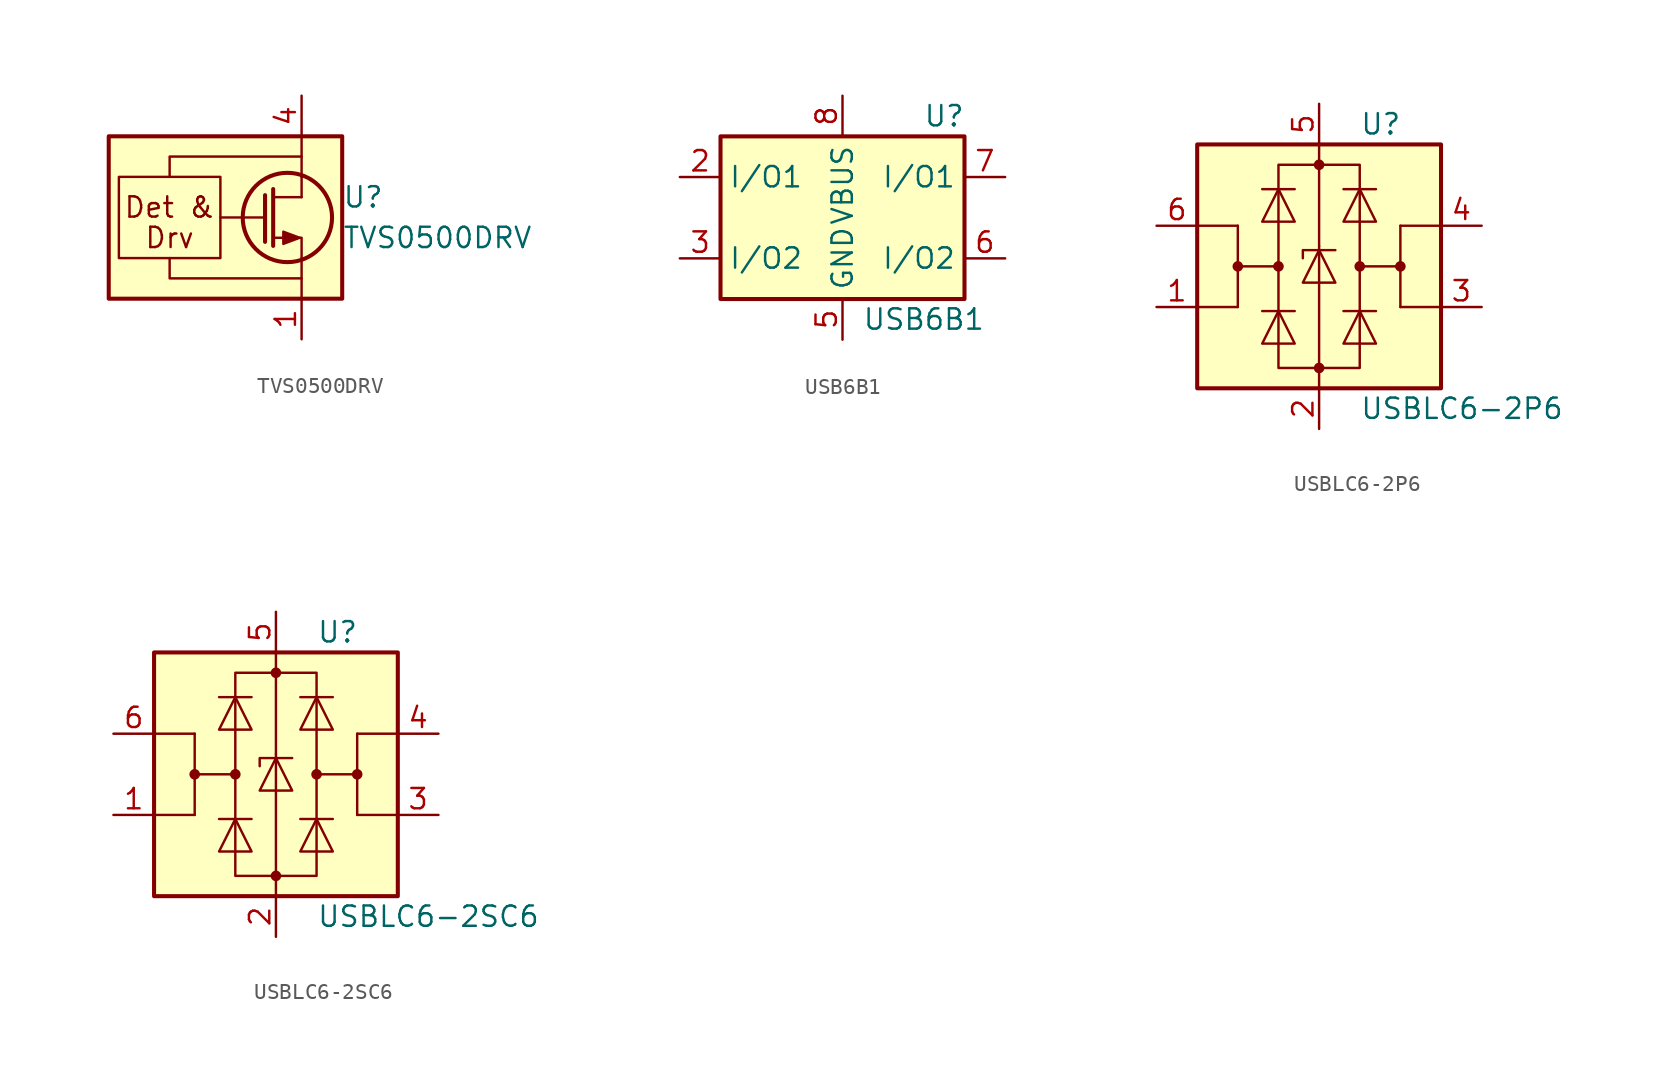
<source format=kicad_sym>
(kicad_symbol_lib
  (version 20201005)
  (generator kicad_symbol_editor)
  (symbol "Power_Protection:TVS0500DRV"
    (pin_names
      (offset 0) hide)
    (property "Reference" "U"
      (at 2.54 1.27 0)
      (effects (font (size 1.27 1.27)) (justify left)))
    (property "Value" "TVS0500DRV"
      (at 2.54 -1.27 0)
      (effects (font (size 1.27 1.27)) (justify left)))
    (symbol "TVS0500DRV_0_0"
      (text "Det &" (at -8.255 0.635 0) (effects (font (size 1.27 1.27))))
      (text "Drv" (at -8.255 -1.27 0) (effects (font (size 1.27 1.27))))
      (rectangle (start -11.43 2.54) (end -5.08 -2.54) (stroke (width 0)) (fill (type none)))
      (polyline (pts (xy 0 1.27) (xy -1.778 1.27)) (stroke (width 0)) (fill (type none)))
      (polyline (pts (xy -8.255 -2.54) (xy -8.255 -3.81) (xy 0 -3.81)) (stroke (width 0)) (fill (type none)))
      (polyline (pts (xy -8.255 2.54) (xy -8.255 3.81) (xy 0 3.81)) (stroke (width 0)) (fill (type none))))
    (symbol "TVS0500DRV_0_1"
      (circle (center -0.889 0) (radius 2.794) (stroke (width 0.254)) (fill (type none)))
      (rectangle (start -12.065 5.08) (end 2.54 -5.08) (stroke (width 0.254)) (fill (type background)))
      (polyline (pts (xy -2.286 0) (xy -5.08 0)) (stroke (width 0)) (fill (type none)))
      (polyline (pts (xy -2.286 1.397) (xy -2.286 -1.524)) (stroke (width 0.254)) (fill (type none)))
      (polyline (pts (xy -1.778 1.778) (xy -1.778 -1.778)) (stroke (width 0.254)) (fill (type none)))
      (polyline (pts (xy 0 -2.54) (xy 0 -5.08)) (stroke (width 0)) (fill (type none)))
      (polyline (pts (xy 0 2.54) (xy 0 1.27)) (stroke (width 0)) (fill (type none)))
      (polyline (pts (xy 0 5.08) (xy 0 2.54)) (stroke (width 0)) (fill (type none)))
      (polyline (pts (xy 0 -2.54) (xy 0 -1.27) (xy -1.778 -1.27)) (stroke (width 0)) (fill (type none)))
      (polyline (pts (xy -0.127 -1.27) (xy -1.143 -1.651) (xy -1.143 -0.889) (xy -0.127 -1.27)) (stroke (width 0)) (fill (type outline))))
    (symbol "TVS0500DRV_1_1"
      (pin power_in line (at 0 -7.62 90) (length 2.54) (name "GND" (effects (font (size 1.27 1.27)))) (number "1" (effects (font (size 1.27 1.27)))))
      (pin power_in line (at 0 -7.62 90) (length 2.54) hide (name "GND" (effects (font (size 1.27 1.27)))) (number "2" (effects (font (size 1.27 1.27)))))
      (pin power_in line (at 0 -7.62 90) (length 2.54) hide (name "GND" (effects (font (size 1.27 1.27)))) (number "3" (effects (font (size 1.27 1.27)))))
      (pin passive line (at 0 7.62 270) (length 2.54) (name "IN" (effects (font (size 1.27 1.27)))) (number "4" (effects (font (size 1.27 1.27)))))
      (pin passive line (at 0 7.62 270) (length 2.54) hide (name "IN" (effects (font (size 1.27 1.27)))) (number "5" (effects (font (size 1.27 1.27)))))
      (pin passive line (at 0 7.62 270) (length 2.54) hide (name "IN" (effects (font (size 1.27 1.27)))) (number "6" (effects (font (size 1.27 1.27)))))
      (pin power_in line (at 0 -7.62 90) (length 2.54) hide (name "GND" (effects (font (size 1.27 1.27)))) (number "7" (effects (font (size 1.27 1.27)))))))
  (symbol "Power_Protection:USB6B1"
    (property "Reference" "U"
      (at 6.35 6.35 0)
      (effects (font (size 1.27 1.27))))
    (property "Value" "USB6B1"
      (at 5.08 -6.35 0)
      (effects (font (size 1.27 1.27))))
    (symbol "USB6B1_0_1"
      (rectangle (start -7.62 -5.08) (end 7.62 5.08) (stroke (width 0.254)) (fill (type background))))
    (symbol "USB6B1_1_1"
      (pin passive line (at 0 7.62 270) (length 2.54) hide (name "VBUS" (effects (font (size 1.27 1.27)))) (number "1" (effects (font (size 1.27 1.27)))))
      (pin passive line (at -10.16 2.54 0) (length 2.54) (name "I/O1" (effects (font (size 1.27 1.27)))) (number "2" (effects (font (size 1.27 1.27)))))
      (pin passive line (at -10.16 -2.54 0) (length 2.54) (name "I/O2" (effects (font (size 1.27 1.27)))) (number "3" (effects (font (size 1.27 1.27)))))
      (pin passive line (at 0 -7.62 90) (length 2.54) hide (name "GND" (effects (font (size 1.27 1.27)))) (number "4" (effects (font (size 1.27 1.27)))))
      (pin passive line (at 0 -7.62 90) (length 2.54) (name "GND" (effects (font (size 1.27 1.27)))) (number "5" (effects (font (size 1.27 1.27)))))
      (pin passive line (at 10.16 -2.54 180) (length 2.54) (name "I/O2" (effects (font (size 1.27 1.27)))) (number "6" (effects (font (size 1.27 1.27)))))
      (pin passive line (at 10.16 2.54 180) (length 2.54) (name "I/O1" (effects (font (size 1.27 1.27)))) (number "7" (effects (font (size 1.27 1.27)))))
      (pin passive line (at 0 7.62 270) (length 2.54) (name "VBUS" (effects (font (size 1.27 1.27)))) (number "8" (effects (font (size 1.27 1.27)))))))
  (symbol "Power_Protection:USBLC6-2P6"
    (pin_names hide)
    (property "Reference" "U"
      (at 2.54 8.89 0)
      (effects (font (size 1.27 1.27)) (justify left)))
    (property "Value" "USBLC6-2P6"
      (at 2.54 -8.89 0)
      (effects (font (size 1.27 1.27)) (justify left)))
    (symbol "USBLC6-2P6_0_1"
      (circle (center -5.08 0) (radius 0.254) (stroke (width 0)) (fill (type outline)))
      (circle (center -2.54 0) (radius 0.254) (stroke (width 0)) (fill (type outline)))
      (circle (center 0 -6.35) (radius 0.254) (stroke (width 0)) (fill (type outline)))
      (circle (center 0 6.35) (radius 0.254) (stroke (width 0)) (fill (type outline)))
      (circle (center 2.54 0) (radius 0.254) (stroke (width 0)) (fill (type outline)))
      (circle (center 5.08 0) (radius 0.254) (stroke (width 0)) (fill (type outline)))
      (rectangle (start -7.62 -7.62) (end 7.62 7.62) (stroke (width 0.254)) (fill (type background)))
      (rectangle (start -2.54 6.35) (end 2.54 -6.35) (stroke (width 0)) (fill (type none)))
      (polyline (pts (xy -5.08 -2.54) (xy -7.62 -2.54)) (stroke (width 0)) (fill (type none)))
      (polyline (pts (xy -5.08 0) (xy -5.08 -2.54)) (stroke (width 0)) (fill (type none)))
      (polyline (pts (xy -5.08 2.54) (xy -7.62 2.54)) (stroke (width 0)) (fill (type none)))
      (polyline (pts (xy -1.524 -2.794) (xy -3.556 -2.794)) (stroke (width 0)) (fill (type none)))
      (polyline (pts (xy -1.524 4.826) (xy -3.556 4.826)) (stroke (width 0)) (fill (type none)))
      (polyline (pts (xy 0 -7.62) (xy 0 -6.35)) (stroke (width 0)) (fill (type none)))
      (polyline (pts (xy 0 -6.35) (xy 0 1.27)) (stroke (width 0)) (fill (type none)))
      (polyline (pts (xy 0 1.27) (xy 0 6.35)) (stroke (width 0)) (fill (type none)))
      (polyline (pts (xy 0 6.35) (xy 0 7.62)) (stroke (width 0)) (fill (type none)))
      (polyline (pts (xy 1.524 -2.794) (xy 3.556 -2.794)) (stroke (width 0)) (fill (type none)))
      (polyline (pts (xy 1.524 4.826) (xy 3.556 4.826)) (stroke (width 0)) (fill (type none)))
      (polyline (pts (xy 5.08 -2.54) (xy 7.62 -2.54)) (stroke (width 0)) (fill (type none)))
      (polyline (pts (xy 5.08 0) (xy 5.08 -2.54)) (stroke (width 0)) (fill (type none)))
      (polyline (pts (xy 5.08 2.54) (xy 7.62 2.54)) (stroke (width 0)) (fill (type none)))
      (polyline (pts (xy -2.54 0) (xy -5.08 0) (xy -5.08 2.54)) (stroke (width 0)) (fill (type none)))
      (polyline (pts (xy 2.54 0) (xy 5.08 0) (xy 5.08 2.54)) (stroke (width 0)) (fill (type none)))
      (polyline (pts (xy -3.556 -4.826) (xy -1.524 -4.826) (xy -2.54 -2.794) (xy -3.556 -4.826)) (stroke (width 0)) (fill (type none)))
      (polyline (pts (xy -3.556 2.794) (xy -1.524 2.794) (xy -2.54 4.826) (xy -3.556 2.794)) (stroke (width 0)) (fill (type none)))
      (polyline (pts (xy -1.016 -1.016) (xy 1.016 -1.016) (xy 0 1.016) (xy -1.016 -1.016)) (stroke (width 0)) (fill (type none)))
      (polyline (pts (xy 1.016 1.016) (xy 0.762 1.016) (xy -1.016 1.016) (xy -1.016 0.508)) (stroke (width 0)) (fill (type none)))
      (polyline (pts (xy 3.556 -4.826) (xy 1.524 -4.826) (xy 2.54 -2.794) (xy 3.556 -4.826)) (stroke (width 0)) (fill (type none)))
      (polyline (pts (xy 3.556 2.794) (xy 1.524 2.794) (xy 2.54 4.826) (xy 3.556 2.794)) (stroke (width 0)) (fill (type none))))
    (symbol "USBLC6-2P6_1_1"
      (pin passive line (at -10.16 -2.54 0) (length 2.54) (name "I/O1" (effects (font (size 1.27 1.27)))) (number "1" (effects (font (size 1.27 1.27)))))
      (pin passive line (at 0 -10.16 90) (length 2.54) (name "GND" (effects (font (size 1.27 1.27)))) (number "2" (effects (font (size 1.27 1.27)))))
      (pin passive line (at 10.16 -2.54 180) (length 2.54) (name "I/O2" (effects (font (size 1.27 1.27)))) (number "3" (effects (font (size 1.27 1.27)))))
      (pin passive line (at 10.16 2.54 180) (length 2.54) (name "I/O2" (effects (font (size 1.27 1.27)))) (number "4" (effects (font (size 1.27 1.27)))))
      (pin passive line (at 0 10.16 270) (length 2.54) (name "VBUS" (effects (font (size 1.27 1.27)))) (number "5" (effects (font (size 1.27 1.27)))))
      (pin passive line (at -10.16 2.54 0) (length 2.54) (name "I/O1" (effects (font (size 1.27 1.27)))) (number "6" (effects (font (size 1.27 1.27)))))))
  (symbol "Power_Protection:USBLC6-2SC6"
    (pin_names hide)
    (property "Reference" "U"
      (at 2.54 8.89 0)
      (effects (font (size 1.27 1.27)) (justify left)))
    (property "Value" "USBLC6-2SC6"
      (at 2.54 -8.89 0)
      (effects (font (size 1.27 1.27)) (justify left)))
    (symbol "USBLC6-2SC6_0_1"
      (circle (center -5.08 0) (radius 0.254) (stroke (width 0)) (fill (type outline)))
      (circle (center -2.54 0) (radius 0.254) (stroke (width 0)) (fill (type outline)))
      (circle (center 0 -6.35) (radius 0.254) (stroke (width 0)) (fill (type outline)))
      (circle (center 0 6.35) (radius 0.254) (stroke (width 0)) (fill (type outline)))
      (circle (center 2.54 0) (radius 0.254) (stroke (width 0)) (fill (type outline)))
      (circle (center 5.08 0) (radius 0.254) (stroke (width 0)) (fill (type outline)))
      (rectangle (start -7.62 -7.62) (end 7.62 7.62) (stroke (width 0.254)) (fill (type background)))
      (rectangle (start -2.54 6.35) (end 2.54 -6.35) (stroke (width 0)) (fill (type none)))
      (polyline (pts (xy -5.08 -2.54) (xy -7.62 -2.54)) (stroke (width 0)) (fill (type none)))
      (polyline (pts (xy -5.08 0) (xy -5.08 -2.54)) (stroke (width 0)) (fill (type none)))
      (polyline (pts (xy -5.08 2.54) (xy -7.62 2.54)) (stroke (width 0)) (fill (type none)))
      (polyline (pts (xy -1.524 -2.794) (xy -3.556 -2.794)) (stroke (width 0)) (fill (type none)))
      (polyline (pts (xy -1.524 4.826) (xy -3.556 4.826)) (stroke (width 0)) (fill (type none)))
      (polyline (pts (xy 0 -7.62) (xy 0 -6.35)) (stroke (width 0)) (fill (type none)))
      (polyline (pts (xy 0 -6.35) (xy 0 1.27)) (stroke (width 0)) (fill (type none)))
      (polyline (pts (xy 0 1.27) (xy 0 6.35)) (stroke (width 0)) (fill (type none)))
      (polyline (pts (xy 0 6.35) (xy 0 7.62)) (stroke (width 0)) (fill (type none)))
      (polyline (pts (xy 1.524 -2.794) (xy 3.556 -2.794)) (stroke (width 0)) (fill (type none)))
      (polyline (pts (xy 1.524 4.826) (xy 3.556 4.826)) (stroke (width 0)) (fill (type none)))
      (polyline (pts (xy 5.08 -2.54) (xy 7.62 -2.54)) (stroke (width 0)) (fill (type none)))
      (polyline (pts (xy 5.08 0) (xy 5.08 -2.54)) (stroke (width 0)) (fill (type none)))
      (polyline (pts (xy 5.08 2.54) (xy 7.62 2.54)) (stroke (width 0)) (fill (type none)))
      (polyline (pts (xy -2.54 0) (xy -5.08 0) (xy -5.08 2.54)) (stroke (width 0)) (fill (type none)))
      (polyline (pts (xy 2.54 0) (xy 5.08 0) (xy 5.08 2.54)) (stroke (width 0)) (fill (type none)))
      (polyline (pts (xy -3.556 -4.826) (xy -1.524 -4.826) (xy -2.54 -2.794) (xy -3.556 -4.826)) (stroke (width 0)) (fill (type none)))
      (polyline (pts (xy -3.556 2.794) (xy -1.524 2.794) (xy -2.54 4.826) (xy -3.556 2.794)) (stroke (width 0)) (fill (type none)))
      (polyline (pts (xy -1.016 -1.016) (xy 1.016 -1.016) (xy 0 1.016) (xy -1.016 -1.016)) (stroke (width 0)) (fill (type none)))
      (polyline (pts (xy 1.016 1.016) (xy 0.762 1.016) (xy -1.016 1.016) (xy -1.016 0.508)) (stroke (width 0)) (fill (type none)))
      (polyline (pts (xy 3.556 -4.826) (xy 1.524 -4.826) (xy 2.54 -2.794) (xy 3.556 -4.826)) (stroke (width 0)) (fill (type none)))
      (polyline (pts (xy 3.556 2.794) (xy 1.524 2.794) (xy 2.54 4.826) (xy 3.556 2.794)) (stroke (width 0)) (fill (type none))))
    (symbol "USBLC6-2SC6_1_1"
      (pin passive line (at -10.16 -2.54 0) (length 2.54) (name "I/O1" (effects (font (size 1.27 1.27)))) (number "1" (effects (font (size 1.27 1.27)))))
      (pin passive line (at 0 -10.16 90) (length 2.54) (name "GND" (effects (font (size 1.27 1.27)))) (number "2" (effects (font (size 1.27 1.27)))))
      (pin passive line (at 10.16 -2.54 180) (length 2.54) (name "I/O2" (effects (font (size 1.27 1.27)))) (number "3" (effects (font (size 1.27 1.27)))))
      (pin passive line (at 10.16 2.54 180) (length 2.54) (name "I/O2" (effects (font (size 1.27 1.27)))) (number "4" (effects (font (size 1.27 1.27)))))
      (pin passive line (at 0 10.16 270) (length 2.54) (name "VBUS" (effects (font (size 1.27 1.27)))) (number "5" (effects (font (size 1.27 1.27)))))
      (pin passive line (at -10.16 2.54 0) (length 2.54) (name "I/O1" (effects (font (size 1.27 1.27)))) (number "6" (effects (font (size 1.27 1.27))))))))
</source>
